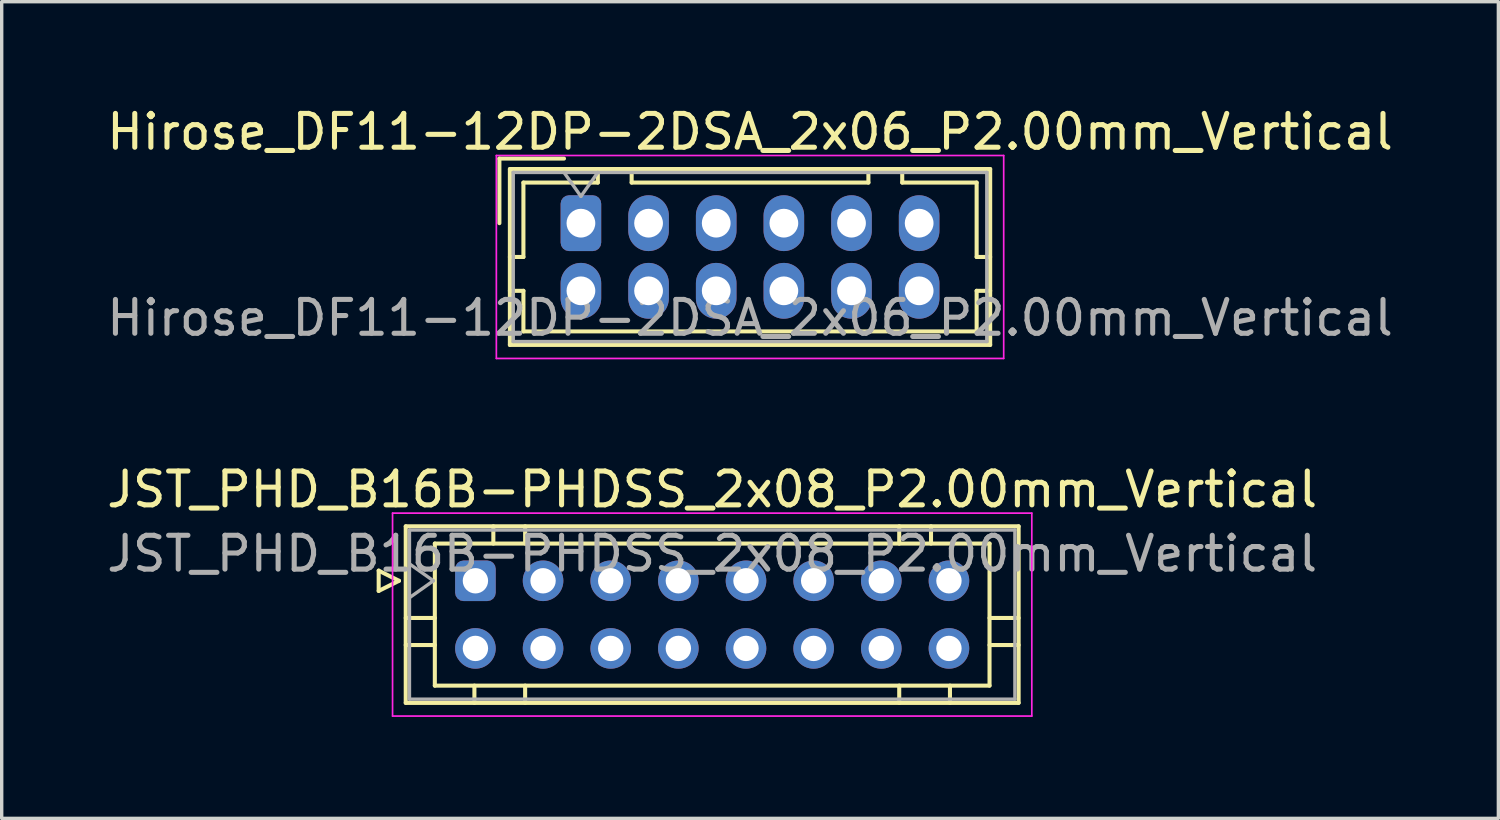
<source format=kicad_pcb>
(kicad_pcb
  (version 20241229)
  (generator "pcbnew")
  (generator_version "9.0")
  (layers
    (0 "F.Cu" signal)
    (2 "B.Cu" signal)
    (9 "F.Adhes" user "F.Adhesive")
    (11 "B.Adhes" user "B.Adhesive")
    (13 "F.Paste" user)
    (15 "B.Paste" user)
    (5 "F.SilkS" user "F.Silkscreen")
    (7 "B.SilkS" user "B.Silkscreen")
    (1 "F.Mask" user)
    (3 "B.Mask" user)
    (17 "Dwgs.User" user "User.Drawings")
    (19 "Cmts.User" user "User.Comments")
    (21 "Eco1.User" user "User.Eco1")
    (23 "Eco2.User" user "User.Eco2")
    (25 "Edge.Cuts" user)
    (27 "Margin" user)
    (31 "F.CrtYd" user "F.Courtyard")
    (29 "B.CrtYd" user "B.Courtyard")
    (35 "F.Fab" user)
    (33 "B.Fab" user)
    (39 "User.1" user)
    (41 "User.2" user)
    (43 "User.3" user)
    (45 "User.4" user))
  (footprint "JST_PHD_B16B-PHDSS_2x08_P2.00mm_Vertical"
    (layer "F.Cu")
    (at 11.006 14.121)
    (property "Reference" "JST_PHD_B16B-PHDSS_2x08_P2.00mm_Vertical" (at 7 -2.7 0) (layer "F.SilkS") (effects (font (size 1 1) (thickness 0.15))))
    (attr through_hole)
    (fp_line (start -2.86 -0.3) (end -2.26 0) (stroke (width 0.12) (type solid)) (layer "F.SilkS"))
    (fp_line (start -2.86 0.3) (end -2.86 -0.3) (stroke (width 0.12) (type solid)) (layer "F.SilkS"))
    (fp_line (start -2.26 0) (end -2.86 0.3) (stroke (width 0.12) (type solid)) (layer "F.SilkS"))
    (fp_line (start -2.06 -1.61) (end -2.06 3.61) (stroke (width 0.12) (type solid)) (layer "F.SilkS"))
    (fp_line (start -2.06 1.1) (end -1.2 1.1) (stroke (width 0.12) (type solid)) (layer "F.SilkS"))
    (fp_line (start -2.06 1.9) (end -1.2 1.9) (stroke (width 0.12) (type solid)) (layer "F.SilkS"))
    (fp_line (start -2.06 3.61) (end 16.06 3.61) (stroke (width 0.12) (type solid)) (layer "F.SilkS"))
    (fp_line (start -1.2 -1.1) (end -1.2 3.1) (stroke (width 0.12) (type solid)) (layer "F.SilkS"))
    (fp_line (start -1.2 3.1) (end 15.2 3.1) (stroke (width 0.12) (type solid)) (layer "F.SilkS"))
    (fp_line (start -0.03 3.61) (end -0.03 3.1) (stroke (width 0.12) (type solid)) (layer "F.SilkS"))
    (fp_line (start 0.53 -1.61) (end 0.53 -1.1) (stroke (width 0.12) (type solid)) (layer "F.SilkS"))
    (fp_line (start 1.47 -1.61) (end 1.47 -1.1) (stroke (width 0.12) (type solid)) (layer "F.SilkS"))
    (fp_line (start 1.47 3.61) (end 1.47 3.1) (stroke (width 0.12) (type solid)) (layer "F.SilkS"))
    (fp_line (start 12.53 -1.61) (end 12.53 -1.1) (stroke (width 0.12) (type solid)) (layer "F.SilkS"))
    (fp_line (start 12.53 3.61) (end 12.53 3.1) (stroke (width 0.12) (type solid)) (layer "F.SilkS"))
    (fp_line (start 13.47 -1.61) (end 13.47 -1.1) (stroke (width 0.12) (type solid)) (layer "F.SilkS"))
    (fp_line (start 14.03 3.61) (end 14.03 3.1) (stroke (width 0.12) (type solid)) (layer "F.SilkS"))
    (fp_line (start 15.2 -1.1) (end -1.2 -1.1) (stroke (width 0.12) (type solid)) (layer "F.SilkS"))
    (fp_line (start 15.2 3.1) (end 15.2 -1.1) (stroke (width 0.12) (type solid)) (layer "F.SilkS"))
    (fp_line (start 16.06 -1.61) (end -2.06 -1.61) (stroke (width 0.12) (type solid)) (layer "F.SilkS"))
    (fp_line (start 16.06 1.1) (end 15.2 1.1) (stroke (width 0.12) (type solid)) (layer "F.SilkS"))
    (fp_line (start 16.06 1.9) (end 15.2 1.9) (stroke (width 0.12) (type solid)) (layer "F.SilkS"))
    (fp_line (start 16.06 3.61) (end 16.06 -1.61) (stroke (width 0.12) (type solid)) (layer "F.SilkS"))
    (fp_line (start -2.45 -2) (end -2.45 4) (stroke (width 0.05) (type solid)) (layer "F.CrtYd"))
    (fp_line (start -2.45 4) (end 16.45 4) (stroke (width 0.05) (type solid)) (layer "F.CrtYd"))
    (fp_line (start 16.45 -2) (end -2.45 -2) (stroke (width 0.05) (type solid)) (layer "F.CrtYd"))
    (fp_line (start 16.45 4) (end 16.45 -2) (stroke (width 0.05) (type solid)) (layer "F.CrtYd"))
    (fp_line (start -1.95 -1.5) (end -1.95 3.5) (stroke (width 0.1) (type solid)) (layer "F.Fab"))
    (fp_line (start -1.95 0.5) (end -1.243 0) (stroke (width 0.1) (type solid)) (layer "F.Fab"))
    (fp_line (start -1.95 3.5) (end 15.95 3.5) (stroke (width 0.1) (type solid)) (layer "F.Fab"))
    (fp_line (start -1.243 0) (end -1.95 -0.5) (stroke (width 0.1) (type solid)) (layer "F.Fab"))
    (fp_line (start 15.95 -1.5) (end -1.95 -1.5) (stroke (width 0.1) (type solid)) (layer "F.Fab"))
    (fp_line (start 15.95 3.5) (end 15.95 -1.5) (stroke (width 0.1) (type solid)) (layer "F.Fab"))
    (fp_text user "${REFERENCE}" (at 7 -0.8 0) (layer "F.Fab") (effects (font (size 1 1) (thickness 0.15))))
    (pad "1" thru_hole roundrect (at 0 0) (size 1.2 1.2) (drill 0.75) (layers "*.Cu" "*.Mask") (roundrect_rratio 0.208))
    (pad "2" thru_hole circle (at 0 2) (size 1.2 1.2) (drill 0.75) (layers "*.Cu" "*.Mask"))
    (pad "3" thru_hole circle (at 2 0) (size 1.2 1.2) (drill 0.75) (layers "*.Cu" "*.Mask"))
    (pad "4" thru_hole circle (at 2 2) (size 1.2 1.2) (drill 0.75) (layers "*.Cu" "*.Mask"))
    (pad "5" thru_hole circle (at 4 0) (size 1.2 1.2) (drill 0.75) (layers "*.Cu" "*.Mask"))
    (pad "6" thru_hole circle (at 4 2) (size 1.2 1.2) (drill 0.75) (layers "*.Cu" "*.Mask"))
    (pad "7" thru_hole circle (at 6 0) (size 1.2 1.2) (drill 0.75) (layers "*.Cu" "*.Mask"))
    (pad "8" thru_hole circle (at 6 2) (size 1.2 1.2) (drill 0.75) (layers "*.Cu" "*.Mask"))
    (pad "9" thru_hole circle (at 8 0) (size 1.2 1.2) (drill 0.75) (layers "*.Cu" "*.Mask"))
    (pad "10" thru_hole circle (at 8 2) (size 1.2 1.2) (drill 0.75) (layers "*.Cu" "*.Mask"))
    (pad "11" thru_hole circle (at 10 0) (size 1.2 1.2) (drill 0.75) (layers "*.Cu" "*.Mask"))
    (pad "12" thru_hole circle (at 10 2) (size 1.2 1.2) (drill 0.75) (layers "*.Cu" "*.Mask"))
    (pad "13" thru_hole circle (at 12 0) (size 1.2 1.2) (drill 0.75) (layers "*.Cu" "*.Mask"))
    (pad "14" thru_hole circle (at 12 2) (size 1.2 1.2) (drill 0.75) (layers "*.Cu" "*.Mask"))
    (pad "15" thru_hole circle (at 14 0) (size 1.2 1.2) (drill 0.75) (layers "*.Cu" "*.Mask"))
    (pad "16" thru_hole circle (at 14 2) (size 1.2 1.2) (drill 0.75) (layers "*.Cu" "*.Mask")))
  (footprint "Hirose_DF11-12DP-2DSA_2x06_P2.00mm_Vertical"
    (layer "F.Cu")
    (at 14.125 3.548)
    (property "Reference" "Hirose_DF11-12DP-2DSA_2x06_P2.00mm_Vertical" (at 5 -2.7 0) (layer "F.SilkS") (effects (font (size 1 1) (thickness 0.15))))
    (attr through_hole)
    (fp_line (start -2.41 -1.91) (end -0.5 -1.91) (stroke (width 0.12) (type solid)) (layer "F.SilkS"))
    (fp_line (start -2.41 0) (end -2.41 -1.91) (stroke (width 0.12) (type solid)) (layer "F.SilkS"))
    (fp_line (start -2.1 -1.6) (end -2.1 3.6) (stroke (width 0.12) (type solid)) (layer "F.SilkS"))
    (fp_line (start -2.1 1) (end -1.7 1) (stroke (width 0.12) (type solid)) (layer "F.SilkS"))
    (fp_line (start -2.1 2) (end -1.7 2) (stroke (width 0.12) (type solid)) (layer "F.SilkS"))
    (fp_line (start -2.1 3.6) (end 12.1 3.6) (stroke (width 0.12) (type solid)) (layer "F.SilkS"))
    (fp_line (start -1.7 -1.2) (end 0.5 -1.2) (stroke (width 0.12) (type solid)) (layer "F.SilkS"))
    (fp_line (start -1.7 1) (end -1.7 -1.2) (stroke (width 0.12) (type solid)) (layer "F.SilkS"))
    (fp_line (start -1.7 2) (end -1.7 3.2) (stroke (width 0.12) (type solid)) (layer "F.SilkS"))
    (fp_line (start -1.7 3.2) (end 11.7 3.2) (stroke (width 0.12) (type solid)) (layer "F.SilkS"))
    (fp_line (start 0.5 -1.2) (end 0.5 -1.6) (stroke (width 0.12) (type solid)) (layer "F.SilkS"))
    (fp_line (start 1.5 -1.6) (end 1.5 -1.2) (stroke (width 0.12) (type solid)) (layer "F.SilkS"))
    (fp_line (start 1.5 -1.2) (end 8.5 -1.2) (stroke (width 0.12) (type solid)) (layer "F.SilkS"))
    (fp_line (start 8.5 -1.2) (end 8.5 -1.6) (stroke (width 0.12) (type solid)) (layer "F.SilkS"))
    (fp_line (start 9.5 -1.2) (end 9.5 -1.6) (stroke (width 0.12) (type solid)) (layer "F.SilkS"))
    (fp_line (start 11.7 -1.2) (end 9.5 -1.2) (stroke (width 0.12) (type solid)) (layer "F.SilkS"))
    (fp_line (start 11.7 1) (end 11.7 -1.2) (stroke (width 0.12) (type solid)) (layer "F.SilkS"))
    (fp_line (start 11.7 2) (end 12.1 2) (stroke (width 0.12) (type solid)) (layer "F.SilkS"))
    (fp_line (start 11.7 3.2) (end 11.7 2) (stroke (width 0.12) (type solid)) (layer "F.SilkS"))
    (fp_line (start 12.1 -1.6) (end -2.1 -1.6) (stroke (width 0.12) (type solid)) (layer "F.SilkS"))
    (fp_line (start 12.1 1) (end 11.7 1) (stroke (width 0.12) (type solid)) (layer "F.SilkS"))
    (fp_line (start 12.1 3.6) (end 12.1 -1.6) (stroke (width 0.12) (type solid)) (layer "F.SilkS"))
    (fp_line (start -2.5 -2) (end -2.5 4) (stroke (width 0.05) (type solid)) (layer "F.CrtYd"))
    (fp_line (start -2.5 4) (end 12.5 4) (stroke (width 0.05) (type solid)) (layer "F.CrtYd"))
    (fp_line (start 12.5 -2) (end -2.5 -2) (stroke (width 0.05) (type solid)) (layer "F.CrtYd"))
    (fp_line (start 12.5 4) (end 12.5 -2) (stroke (width 0.05) (type solid)) (layer "F.CrtYd"))
    (fp_line (start -2 -1.5) (end -2 3.5) (stroke (width 0.1) (type solid)) (layer "F.Fab"))
    (fp_line (start -2 3.5) (end 12 3.5) (stroke (width 0.1) (type solid)) (layer "F.Fab"))
    (fp_line (start -0.5 -1.5) (end 0 -0.793) (stroke (width 0.1) (type solid)) (layer "F.Fab"))
    (fp_line (start 0 -0.793) (end 0.5 -1.5) (stroke (width 0.1) (type solid)) (layer "F.Fab"))
    (fp_line (start 12 -1.5) (end -2 -1.5) (stroke (width 0.1) (type solid)) (layer "F.Fab"))
    (fp_line (start 12 3.5) (end 12 -1.5) (stroke (width 0.1) (type solid)) (layer "F.Fab"))
    (fp_text user "${REFERENCE}" (at 5 2.8 0) (layer "F.Fab") (effects (font (size 1 1) (thickness 0.15))))
    (pad "1" thru_hole roundrect (at 0 0) (size 1.2 1.65) (drill 0.85) (layers "*.Cu" "*.Mask") (roundrect_rratio 0.208))
    (pad "2" thru_hole oval (at 0 2) (size 1.2 1.65) (drill 0.85) (layers "*.Cu" "*.Mask"))
    (pad "3" thru_hole oval (at 2 0) (size 1.2 1.65) (drill 0.85) (layers "*.Cu" "*.Mask"))
    (pad "4" thru_hole oval (at 2 2) (size 1.2 1.65) (drill 0.85) (layers "*.Cu" "*.Mask"))
    (pad "5" thru_hole oval (at 4 0) (size 1.2 1.65) (drill 0.85) (layers "*.Cu" "*.Mask"))
    (pad "6" thru_hole oval (at 4 2) (size 1.2 1.65) (drill 0.85) (layers "*.Cu" "*.Mask"))
    (pad "7" thru_hole oval (at 6 0) (size 1.2 1.65) (drill 0.85) (layers "*.Cu" "*.Mask"))
    (pad "8" thru_hole oval (at 6 2) (size 1.2 1.65) (drill 0.85) (layers "*.Cu" "*.Mask"))
    (pad "9" thru_hole oval (at 8 0) (size 1.2 1.65) (drill 0.85) (layers "*.Cu" "*.Mask"))
    (pad "10" thru_hole oval (at 8 2) (size 1.2 1.65) (drill 0.85) (layers "*.Cu" "*.Mask"))
    (pad "11" thru_hole oval (at 10 0) (size 1.2 1.65) (drill 0.85) (layers "*.Cu" "*.Mask"))
    (pad "12" thru_hole oval (at 10 2) (size 1.2 1.65) (drill 0.85) (layers "*.Cu" "*.Mask")))
  (gr_rect
    (start -3 -3)
    (end 41.25 21.146)
    (stroke (width 0.1) (type default))
    (fill no)
    (layer "Edge.Cuts")))
</source>
